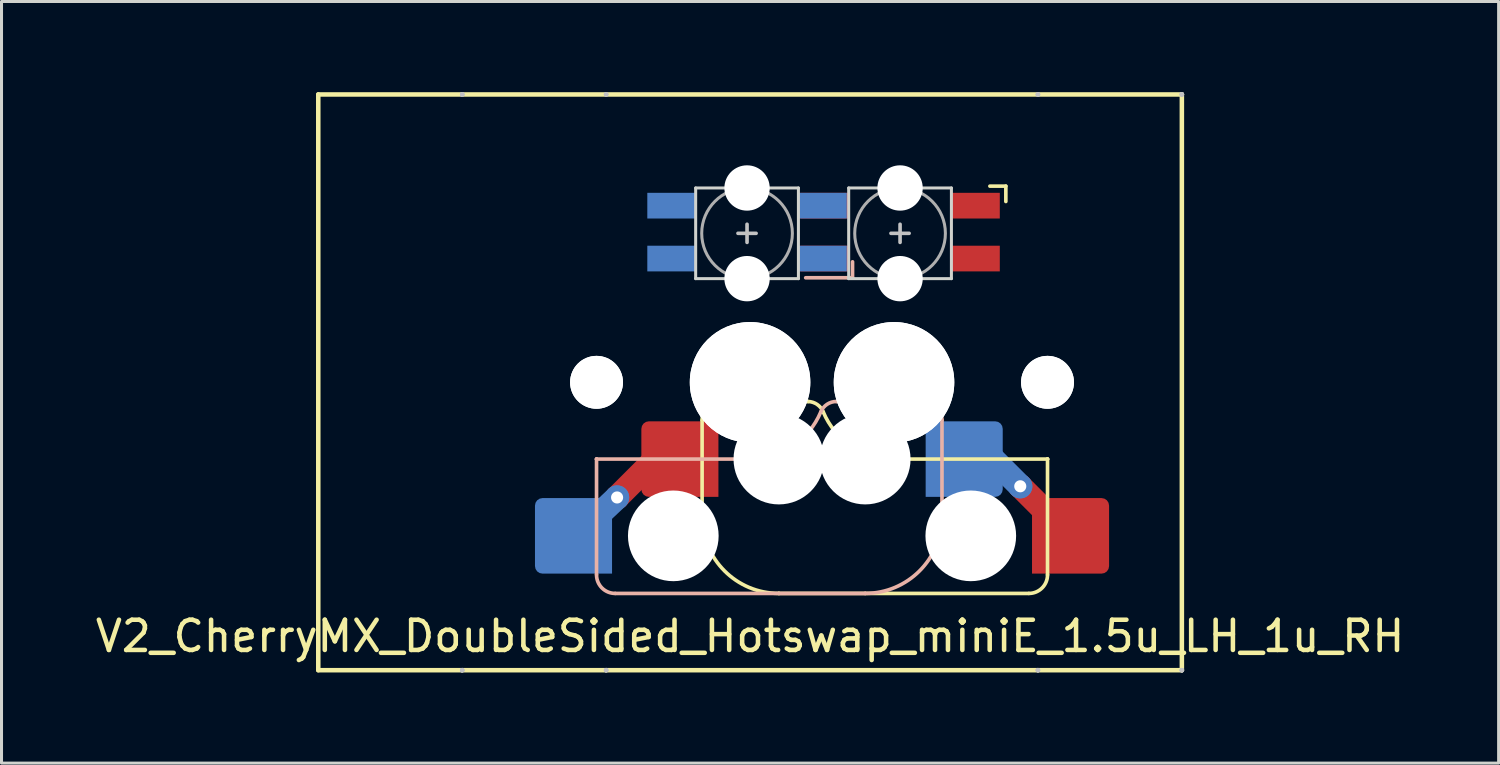
<source format=kicad_pcb>
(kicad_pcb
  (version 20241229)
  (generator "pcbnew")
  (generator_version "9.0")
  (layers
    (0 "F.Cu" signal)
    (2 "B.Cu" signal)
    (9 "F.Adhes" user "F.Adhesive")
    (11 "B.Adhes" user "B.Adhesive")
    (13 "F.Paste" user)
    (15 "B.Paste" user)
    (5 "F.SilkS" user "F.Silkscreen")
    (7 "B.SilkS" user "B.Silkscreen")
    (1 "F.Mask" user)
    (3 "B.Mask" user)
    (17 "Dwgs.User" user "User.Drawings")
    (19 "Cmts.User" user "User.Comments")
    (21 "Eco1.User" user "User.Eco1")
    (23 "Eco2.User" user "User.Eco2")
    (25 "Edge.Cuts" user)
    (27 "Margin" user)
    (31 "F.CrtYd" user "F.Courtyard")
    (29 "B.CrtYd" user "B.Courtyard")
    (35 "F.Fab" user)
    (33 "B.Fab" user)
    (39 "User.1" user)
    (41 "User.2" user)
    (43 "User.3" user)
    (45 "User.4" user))
  (footprint "V2_CherryMX_DoubleSided_Hotswap_miniE_1.5u_LH_1u_RH"
    (layer "F.Cu")
    (at 21.768 9.6)
    (property "Reference" "V2_CherryMX_DoubleSided_Hotswap_miniE_1.5u_LH_1u_RH" (at 0 8.4 0) (layer "F.SilkS") (effects (font (size 1 1) (thickness 0.15))))
    (attr through_hole)
    (fp_line (start -4.4 3.81) (end -3.04 2.45) (stroke (width 0.8) (type default)) (layer "F.Cu"))
    (fp_line (start 8.94 3.44) (end 9.73 4.23) (stroke (width 0.8) (type default)) (layer "F.Cu"))
    (fp_poly (pts (xy 1.712 -6.22) (xy 3.212 -6.22) (xy 3.212 -5.47) (xy 1.712 -5.47)) (stroke (width 0.1) (type solid)) (fill yes) (layer "F.Mask"))
    (fp_poly (pts (xy 1.712 -4.47) (xy 3.212 -4.47) (xy 3.212 -3.72) (xy 1.712 -3.72)) (stroke (width 0.1) (type solid)) (fill yes) (layer "F.Mask"))
    (fp_poly (pts (xy 6.713 -4.47) (xy 8.213 -4.47) (xy 8.213 -3.72) (xy 6.713 -3.72)) (stroke (width 0.1) (type solid)) (fill yes) (layer "F.Mask"))
    (fp_poly (pts (xy 6.713 -6.22) (xy 7.812 -6.22) (xy 8.213 -5.82) (xy 8.213 -5.47) (xy 6.713 -5.47)) (stroke (width 0.1) (type solid)) (fill yes) (layer "F.Mask"))
    (fp_line (start -4.4 3.81) (end -4.91 4.29) (stroke (width 0.8) (type default)) (layer "B.Cu"))
    (fp_line (start 8.94 3.44) (end 7.57 2.07) (stroke (width 0.8) (type default)) (layer "B.Cu"))
    (fp_poly (pts (xy -3.35 -6.22) (xy -1.85 -6.22) (xy -1.85 -5.47) (xy -3.35 -5.47)) (stroke (width 0.1) (type solid)) (fill yes) (layer "B.Mask"))
    (fp_poly (pts (xy -3.35 -4.47) (xy -1.85 -4.47) (xy -1.85 -3.72) (xy -3.35 -3.72)) (stroke (width 0.1) (type solid)) (fill yes) (layer "B.Mask"))
    (fp_poly (pts (xy 1.65 -6.22) (xy 3.15 -6.22) (xy 3.15 -5.47) (xy 1.65 -5.47)) (stroke (width 0.1) (type solid)) (fill yes) (layer "B.Mask"))
    (fp_poly (pts (xy 1.65 -4.47) (xy 3.15 -4.47) (xy 3.15 -4.145) (xy 2.75 -3.72) (xy 1.65 -3.72)) (stroke (width 0.1) (type solid)) (fill yes) (layer "B.Mask"))
    (fp_line (start -14.287 -9.525) (end -14.287 9.525) (stroke (width 0.15) (type solid)) (layer "F.SilkS"))
    (fp_line (start -14.287 9.525) (end 14.287 9.525) (stroke (width 0.15) (type solid)) (layer "F.SilkS"))
    (fp_line (start -1.587 4.445) (end -1.587 1.26) (stroke (width 0.12) (type solid)) (layer "F.SilkS"))
    (fp_line (start -1.587 4.445) (end -1.587 4.445) (stroke (width 0.12) (type solid)) (layer "F.SilkS"))
    (fp_line (start -0.968 0.635) (end 1.923 0.635) (stroke (width 0.12) (type solid)) (layer "F.SilkS"))
    (fp_line (start 0.953 6.985) (end 0.953 6.985) (stroke (width 0.12) (type solid)) (layer "F.SilkS"))
    (fp_line (start 0.953 6.985) (end 9.223 6.985) (stroke (width 0.12) (type solid)) (layer "F.SilkS"))
    (fp_line (start 4.763 2.54) (end 4.763 2.54) (stroke (width 0.12) (type solid)) (layer "F.SilkS"))
    (fp_line (start 4.763 2.54) (end 9.842 2.54) (stroke (width 0.12) (type solid)) (layer "F.SilkS"))
    (fp_line (start 8.463 -6.491) (end 7.935 -6.491) (stroke (width 0.12) (type solid)) (layer "F.SilkS"))
    (fp_line (start 8.463 -5.983) (end 8.463 -6.491) (stroke (width 0.12) (type solid)) (layer "F.SilkS"))
    (fp_line (start 9.842 2.54) (end 9.842 2.54) (stroke (width 0.12) (type solid)) (layer "F.SilkS"))
    (fp_line (start 9.842 2.54) (end 9.842 2.54) (stroke (width 0.12) (type solid)) (layer "F.SilkS"))
    (fp_line (start 9.842 6.37) (end 9.842 2.54) (stroke (width 0.12) (type solid)) (layer "F.SilkS"))
    (fp_line (start 14.287 -9.525) (end -14.287 -9.525) (stroke (width 0.15) (type solid)) (layer "F.SilkS"))
    (fp_line (start 14.287 9.525) (end 14.287 -9.525) (stroke (width 0.15) (type solid)) (layer "F.SilkS"))
    (fp_arc (start -1.5875 1.25) (mid -1.407371 0.815129) (end -0.9725 0.635) (stroke (width 0.12) (type default)) (layer "F.SilkS"))
    (fp_arc (start 0.9525 6.985) (mid -0.843551 6.241051) (end -1.5875 4.445) (stroke (width 0.12) (type solid)) (layer "F.SilkS"))
    (fp_arc (start 1.922428 0.635) (mid 2.223364 0.734324) (end 2.4225 0.980845) (stroke (width 0.12) (type default)) (layer "F.SilkS"))
    (fp_arc (start 4.7625 2.54) (mid 3.357187 2.115202) (end 2.4225 0.983072) (stroke (width 0.12) (type solid)) (layer "F.SilkS"))
    (fp_arc (start 9.842629 6.37) (mid 9.6625 6.80487) (end 9.227629 6.985) (stroke (width 0.12) (type default)) (layer "F.SilkS"))
    (fp_line (start -5.08 2.54) (end -5.08 2.54) (stroke (width 0.12) (type solid)) (layer "B.SilkS"))
    (fp_line (start -5.08 2.54) (end -5.08 2.54) (stroke (width 0.12) (type solid)) (layer "B.SilkS"))
    (fp_line (start -5.08 6.36) (end -5.08 2.54) (stroke (width 0.12) (type solid)) (layer "B.SilkS"))
    (fp_line (start -4.46 6.985) (end 3.81 6.985) (stroke (width 0.12) (type solid)) (layer "B.SilkS"))
    (fp_line (start 0 2.54) (end -5.08 2.54) (stroke (width 0.12) (type solid)) (layer "B.SilkS"))
    (fp_line (start 0 2.54) (end 0 2.54) (stroke (width 0.12) (type solid)) (layer "B.SilkS"))
    (fp_line (start 1.84 -3.459) (end 3.391 -3.459) (stroke (width 0.12) (type solid)) (layer "B.SilkS"))
    (fp_line (start 2.86 0.635) (end 5.72 0.635) (stroke (width 0.12) (type solid)) (layer "B.SilkS"))
    (fp_line (start 3.391 -3.459) (end 3.391 -3.987) (stroke (width 0.12) (type solid)) (layer "B.SilkS"))
    (fp_line (start 3.81 6.985) (end 3.81 6.985) (stroke (width 0.12) (type solid)) (layer "B.SilkS"))
    (fp_line (start 6.35 1.25) (end 6.35 4.445) (stroke (width 0.12) (type solid)) (layer "B.SilkS"))
    (fp_line (start 6.35 4.445) (end 6.35 4.445) (stroke (width 0.12) (type solid)) (layer "B.SilkS"))
    (fp_arc (start -4.465 6.985) (mid -4.899871 6.804871) (end -5.08 6.37) (stroke (width 0.12) (type default)) (layer "B.SilkS"))
    (fp_arc (start 2.34 0.98) (mid 1.405313 2.11213) (end 0 2.536928) (stroke (width 0.12) (type solid)) (layer "B.SilkS"))
    (fp_arc (start 2.34 0.98) (mid 2.547381 0.727883) (end 2.859999 0.633863) (stroke (width 0.12) (type default)) (layer "B.SilkS"))
    (fp_arc (start 5.735129 0.635) (mid 6.169985 0.815144) (end 6.350129 1.25) (stroke (width 0.12) (type default)) (layer "B.SilkS"))
    (fp_arc (start 6.35 4.445) (mid 5.606051 6.241051) (end 3.81 6.985) (stroke (width 0.12) (type solid)) (layer "B.SilkS"))
    (fp_line (start -9.525 -9.525) (end -9.525 -9.525) (stroke (width 0.15) (type solid)) (layer "Dwgs.User"))
    (fp_line (start -9.525 -9.525) (end -9.525 -9.525) (stroke (width 0.15) (type solid)) (layer "Dwgs.User"))
    (fp_line (start -9.525 -9.525) (end -9.525 -9.525) (stroke (width 0.15) (type solid)) (layer "Dwgs.User"))
    (fp_line (start -9.525 -9.525) (end -9.525 -9.525) (stroke (width 0.15) (type solid)) (layer "Dwgs.User"))
    (fp_line (start -9.525 9.525) (end -9.525 9.525) (stroke (width 0.15) (type solid)) (layer "Dwgs.User"))
    (fp_line (start -9.525 9.525) (end -9.525 9.525) (stroke (width 0.15) (type solid)) (layer "Dwgs.User"))
    (fp_line (start -9.525 9.525) (end -9.525 9.525) (stroke (width 0.15) (type solid)) (layer "Dwgs.User"))
    (fp_line (start -9.525 9.525) (end -9.525 9.525) (stroke (width 0.15) (type solid)) (layer "Dwgs.User"))
    (fp_line (start -4.763 -9.525) (end -4.763 -9.525) (stroke (width 0.15) (type solid)) (layer "Dwgs.User"))
    (fp_line (start -4.763 -9.525) (end -4.763 -9.525) (stroke (width 0.15) (type solid)) (layer "Dwgs.User"))
    (fp_line (start -4.763 -9.525) (end -4.763 -9.525) (stroke (width 0.15) (type solid)) (layer "Dwgs.User"))
    (fp_line (start -4.763 -9.525) (end -4.763 -9.525) (stroke (width 0.15) (type solid)) (layer "Dwgs.User"))
    (fp_line (start -4.763 9.525) (end -4.763 9.525) (stroke (width 0.15) (type solid)) (layer "Dwgs.User"))
    (fp_line (start -4.763 9.525) (end -4.763 9.525) (stroke (width 0.15) (type solid)) (layer "Dwgs.User"))
    (fp_line (start -4.763 9.525) (end -4.763 9.525) (stroke (width 0.15) (type solid)) (layer "Dwgs.User"))
    (fp_line (start -4.763 9.525) (end -4.763 9.525) (stroke (width 0.15) (type solid)) (layer "Dwgs.User"))
    (fp_line (start -0.4 -4.93) (end 0.2 -4.93) (stroke (width 0.12) (type solid)) (layer "Dwgs.User"))
    (fp_line (start -0.1 -4.63) (end -0.1 -5.23) (stroke (width 0.12) (type solid)) (layer "Dwgs.User"))
    (fp_line (start 4.662 -4.93) (end 5.263 -4.93) (stroke (width 0.12) (type solid)) (layer "Dwgs.User"))
    (fp_line (start 4.963 -4.63) (end 4.963 -5.23) (stroke (width 0.12) (type solid)) (layer "Dwgs.User"))
    (fp_line (start 9.525 -9.525) (end 9.525 -9.525) (stroke (width 0.15) (type solid)) (layer "Dwgs.User"))
    (fp_line (start 9.525 -9.525) (end 9.525 -9.525) (stroke (width 0.15) (type solid)) (layer "Dwgs.User"))
    (fp_line (start 9.525 -9.525) (end 9.525 -9.525) (stroke (width 0.15) (type solid)) (layer "Dwgs.User"))
    (fp_line (start 9.525 -9.525) (end 9.525 -9.525) (stroke (width 0.15) (type solid)) (layer "Dwgs.User"))
    (fp_line (start 9.525 9.525) (end 9.525 9.525) (stroke (width 0.15) (type solid)) (layer "Dwgs.User"))
    (fp_line (start 9.525 9.525) (end 9.525 9.525) (stroke (width 0.15) (type solid)) (layer "Dwgs.User"))
    (fp_line (start 9.525 9.525) (end 9.525 9.525) (stroke (width 0.15) (type solid)) (layer "Dwgs.User"))
    (fp_line (start 9.525 9.525) (end 9.525 9.525) (stroke (width 0.15) (type solid)) (layer "Dwgs.User"))
    (fp_line (start 14.287 -9.525) (end 14.287 -9.525) (stroke (width 0.15) (type solid)) (layer "Dwgs.User"))
    (fp_line (start 14.287 -9.525) (end 14.287 -9.525) (stroke (width 0.15) (type solid)) (layer "Dwgs.User"))
    (fp_line (start 14.287 -9.525) (end 14.287 -9.525) (stroke (width 0.15) (type solid)) (layer "Dwgs.User"))
    (fp_line (start 14.287 -9.525) (end 14.287 -9.525) (stroke (width 0.15) (type solid)) (layer "Dwgs.User"))
    (fp_line (start 14.287 9.525) (end 14.287 9.525) (stroke (width 0.15) (type solid)) (layer "Dwgs.User"))
    (fp_line (start 14.287 9.525) (end 14.287 9.525) (stroke (width 0.15) (type solid)) (layer "Dwgs.User"))
    (fp_line (start 14.287 9.525) (end 14.287 9.525) (stroke (width 0.15) (type solid)) (layer "Dwgs.User"))
    (fp_line (start 14.287 9.525) (end 14.287 9.525) (stroke (width 0.15) (type solid)) (layer "Dwgs.User"))
    (fp_line (start -1.8 -6.43) (end -1.8 -3.43) (stroke (width 0.1) (type solid)) (layer "Edge.Cuts"))
    (fp_line (start 1.6 -6.43) (end -1.8 -6.43) (stroke (width 0.1) (type solid)) (layer "Edge.Cuts"))
    (fp_line (start 1.6 -3.43) (end -1.8 -3.43) (stroke (width 0.1) (type solid)) (layer "Edge.Cuts"))
    (fp_line (start 1.6 -3.43) (end 1.6 -6.43) (stroke (width 0.1) (type solid)) (layer "Edge.Cuts"))
    (fp_line (start 3.263 -6.43) (end 3.263 -3.43) (stroke (width 0.1) (type solid)) (layer "Edge.Cuts"))
    (fp_line (start 6.662 -6.43) (end 3.263 -6.43) (stroke (width 0.1) (type solid)) (layer "Edge.Cuts"))
    (fp_line (start 6.662 -3.43) (end 3.263 -3.43) (stroke (width 0.1) (type solid)) (layer "Edge.Cuts"))
    (fp_line (start 6.662 -3.43) (end 6.662 -6.43) (stroke (width 0.1) (type solid)) (layer "Edge.Cuts"))
    (fp_circle (center -0.1 -4.93) (end -0.1 -6.43) (stroke (width 0.1) (type solid)) (fill no) (layer "F.Fab"))
    (fp_circle (center 4.963 -4.93) (end 4.963 -6.43) (stroke (width 0.1) (type solid)) (fill no) (layer "F.Fab"))
    (fp_line (start -9.525 9.525) (end -9.525 -9.525) (stroke (width 0.15) (type solid)) (layer "User.2"))
    (fp_line (start -4.763 9.525) (end -4.763 -9.525) (stroke (width 0.15) (type solid)) (layer "User.2"))
    (fp_line (start 9.525 -9.525) (end -9.525 -9.525) (stroke (width 0.15) (type solid)) (layer "User.2"))
    (fp_line (start 9.525 9.525) (end -9.525 9.525) (stroke (width 0.15) (type solid)) (layer "User.2"))
    (fp_line (start 9.525 9.525) (end 9.525 -9.525) (stroke (width 0.15) (type solid)) (layer "User.2"))
    (fp_line (start 14.287 -9.525) (end -4.763 -9.525) (stroke (width 0.15) (type solid)) (layer "User.2"))
    (fp_line (start 14.287 9.525) (end -4.763 9.525) (stroke (width 0.15) (type solid)) (layer "User.2"))
    (fp_line (start 14.287 9.525) (end 14.287 -9.525) (stroke (width 0.15) (type solid)) (layer "User.2"))
    (pad "" np_thru_hole circle (at -5.08 0 180) (size 1.75 1.75) (drill 1.75) (layers "*.Cu" "*.Mask"))
    (pad "" np_thru_hole circle (at -5.08 0 180) (size 1.75 1.75) (drill 1.75) (layers "*.Cu" "*.Mask"))
    (pad "" np_thru_hole circle (at -2.54 5.08 180) (size 3 3) (drill 3) (layers "*.Cu" "*.Mask"))
    (pad "" np_thru_hole circle (at -0.318 0 180) (size 1.75 1.75) (drill 1.75) (layers "*.Cu" "*.Mask"))
    (pad "" np_thru_hole circle (at -0.318 0 180) (size 1.75 1.75) (drill 1.75) (layers "*.Cu" "*.Mask"))
    (pad "" np_thru_hole circle (at -0.1 -6.43 180) (size 1.5 1.5) (drill 1.5) (layers "*.Cu" "*.Mask"))
    (pad "" np_thru_hole circle (at -0.1 -3.43 180) (size 1.5 1.5) (drill 1.5) (layers "*.Cu" "*.Mask"))
    (pad "" np_thru_hole circle (at 0 0 180) (size 3.988 3.988) (drill 3.988) (layers "*.Cu" "*.Mask"))
    (pad "" np_thru_hole circle (at 0 0 180) (size 3.988 3.988) (drill 3.988) (layers "*.Cu" "*.Mask"))
    (pad "" np_thru_hole circle (at 0.953 2.54 180) (size 3 3) (drill 3) (layers "*.Cu" "*.Mask"))
    (pad "" np_thru_hole circle (at 3.81 2.54 180) (size 3 3) (drill 3) (layers "*.Cu" "*.Mask"))
    (pad "" np_thru_hole circle (at 4.763 0 180) (size 3.988 3.988) (drill 3.988) (layers "*.Cu" "*.Mask"))
    (pad "" np_thru_hole circle (at 4.763 0 180) (size 3.988 3.988) (drill 3.988) (layers "*.Cu" "*.Mask"))
    (pad "" np_thru_hole circle (at 4.963 -6.43 180) (size 1.5 1.5) (drill 1.5) (layers "*.Cu" "*.Mask"))
    (pad "" np_thru_hole circle (at 4.963 -3.43 180) (size 1.5 1.5) (drill 1.5) (layers "*.Cu" "*.Mask"))
    (pad "" np_thru_hole circle (at 5.08 0 180) (size 1.75 1.75) (drill 1.75) (layers "*.Cu" "*.Mask"))
    (pad "" np_thru_hole circle (at 5.08 0 180) (size 1.75 1.75) (drill 1.75) (layers "*.Cu" "*.Mask"))
    (pad "" np_thru_hole circle (at 7.303 5.08 180) (size 3 3) (drill 3) (layers "*.Cu" "*.Mask"))
    (pad "" np_thru_hole circle (at 9.842 0 180) (size 1.75 1.75) (drill 1.75) (layers "*.Cu" "*.Mask"))
    (pad "" np_thru_hole circle (at 9.842 0 180) (size 1.75 1.75) (drill 1.75) (layers "*.Cu" "*.Mask"))
    (pad "1" smd rect (at -2.6 -5.845) (size 1.6 0.85) (layers "B.Cu"))
    (pad "1" smd rect (at 2.462 -4.095) (size 1.6 0.85) (layers "F.Cu"))
    (pad "2" smd rect (at -2.6 -4.095 180) (size 1.6 0.85) (layers "B.Cu"))
    (pad "2" smd rect (at 2.462 -5.845 180) (size 1.6 0.85) (layers "F.Cu"))
    (pad "3" smd rect (at 2.4 -4.095 180) (size 1.6 0.85) (layers "B.Cu"))
    (pad "3" smd rect (at 7.463 -5.845 180) (size 1.6 0.85) (layers "F.Cu"))
    (pad "4" smd rect (at 2.4 -5.845) (size 1.6 0.85) (layers "B.Cu"))
    (pad "4" smd rect (at 7.463 -4.095) (size 1.6 0.85) (layers "F.Cu"))
    (pad "5" smd roundrect (at 7.085 2.54 180) (size 2.55 2.5) (layers "B.Cu" "B.Mask" "B.Paste") (roundrect_rratio 0.1) (chamfer_ratio 0) (chamfer top_right bottom_right))
    (pad "5" thru_hole circle (at 8.94 3.44 180) (size 0.8 0.8) (drill 0.4) (layers "*.Cu"))
    (pad "5" smd roundrect (at 10.604 5.08 180) (size 2.55 2.5) (layers "F.Cu" "F.Mask" "F.Paste") (roundrect_rratio 0.1) (chamfer_ratio 0) (chamfer top_right bottom_right))
    (pad "6" smd roundrect (at -5.842 5.08 180) (size 2.55 2.5) (layers "B.Cu" "B.Mask" "B.Paste") (roundrect_rratio 0.1) (chamfer_ratio 0) (chamfer top_left bottom_left))
    (pad "6" thru_hole circle (at -4.4 3.81 180) (size 0.8 0.8) (drill 0.4) (layers "*.Cu"))
    (pad "6" smd roundrect (at -2.322 2.54 180) (size 2.55 2.5) (layers "F.Cu" "F.Mask" "F.Paste") (roundrect_rratio 0.1) (chamfer_ratio 0) (chamfer top_left bottom_left)))
  (gr_rect
    (start -3 -3)
    (end 46.536 22.2)
    (stroke (width 0.1) (type default))
    (fill no)
    (layer "Edge.Cuts")))
</source>
